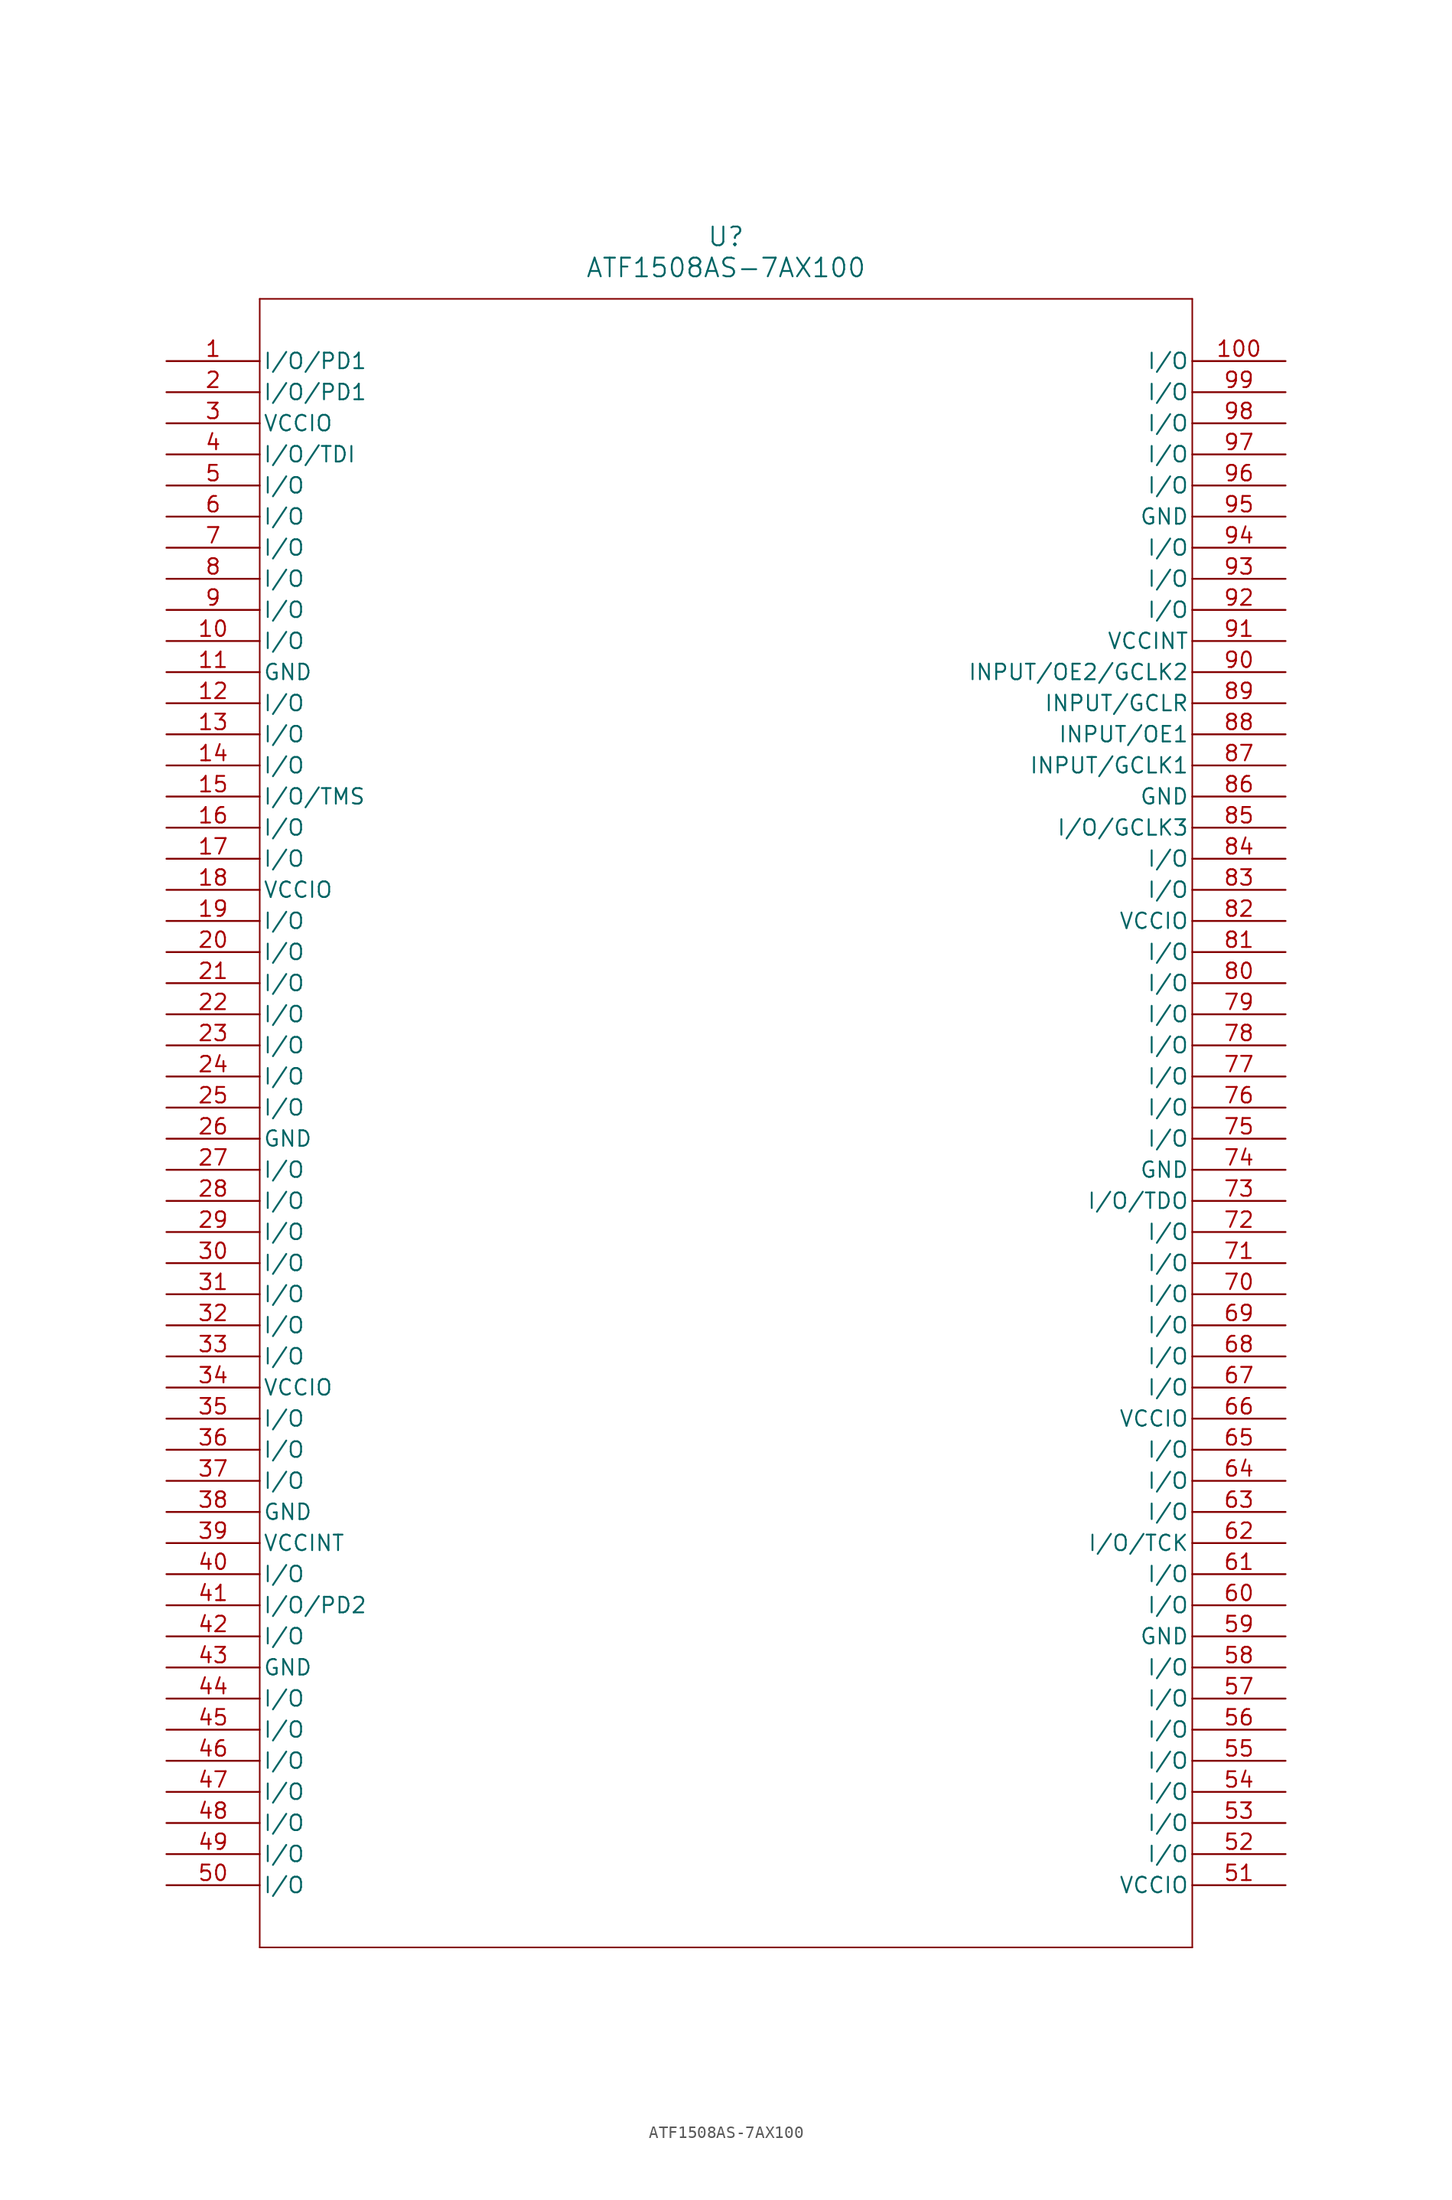
<source format=kicad_sym>
(kicad_symbol_lib
  (version 20211014)
  (generator kicad_symbol_editor)
  (symbol "ATF1508AS-7AX100"
    (pin_names
      (offset 0.254))
    (property "Reference" "U"
      (at 45.72 10.16 0)
      (effects (font (size 1.524 1.524))))
    (property "Value" "ATF1508AS-7AX100"
      (at 45.72 7.62 0)
      (effects (font (size 1.524 1.524))))
    (symbol "ATF1508AS-7AX100_0_1"
      (polyline (pts (xy 7.62 5.08) (xy 7.62 -129.54)) (stroke (width 0.127) (type default) (color 0 0 0 0)) (fill (type none)))
      (polyline (pts (xy 7.62 -129.54) (xy 83.82 -129.54)) (stroke (width 0.127) (type default) (color 0 0 0 0)) (fill (type none)))
      (polyline (pts (xy 83.82 -129.54) (xy 83.82 5.08)) (stroke (width 0.127) (type default) (color 0 0 0 0)) (fill (type none)))
      (polyline (pts (xy 83.82 5.08) (xy 7.62 5.08)) (stroke (width 0.127) (type default) (color 0 0 0 0)) (fill (type none)))
      (pin bidirectional line (at 0 0 0) (length 7.62) (name "I/O/PD1" (effects (font (size 1.27 1.27)))) (number "1" (effects (font (size 1.27 1.27)))))
      (pin bidirectional line (at 0 -2.54 0) (length 7.62) (name "I/O/PD1" (effects (font (size 1.27 1.27)))) (number "2" (effects (font (size 1.27 1.27)))))
      (pin power_in line (at 0 -5.08 0) (length 7.62) (name "VCCIO" (effects (font (size 1.27 1.27)))) (number "3" (effects (font (size 1.27 1.27)))))
      (pin bidirectional line (at 0 -7.62 0) (length 7.62) (name "I/O/TDI" (effects (font (size 1.27 1.27)))) (number "4" (effects (font (size 1.27 1.27)))))
      (pin bidirectional line (at 0 -10.16 0) (length 7.62) (name "I/O" (effects (font (size 1.27 1.27)))) (number "5" (effects (font (size 1.27 1.27)))))
      (pin bidirectional line (at 0 -12.7 0) (length 7.62) (name "I/O" (effects (font (size 1.27 1.27)))) (number "6" (effects (font (size 1.27 1.27)))))
      (pin bidirectional line (at 0 -15.24 0) (length 7.62) (name "I/O" (effects (font (size 1.27 1.27)))) (number "7" (effects (font (size 1.27 1.27)))))
      (pin bidirectional line (at 0 -17.78 0) (length 7.62) (name "I/O" (effects (font (size 1.27 1.27)))) (number "8" (effects (font (size 1.27 1.27)))))
      (pin bidirectional line (at 0 -20.32 0) (length 7.62) (name "I/O" (effects (font (size 1.27 1.27)))) (number "9" (effects (font (size 1.27 1.27)))))
      (pin bidirectional line (at 0 -22.86 0) (length 7.62) (name "I/O" (effects (font (size 1.27 1.27)))) (number "10" (effects (font (size 1.27 1.27)))))
      (pin power_in line (at 0 -25.4 0) (length 7.62) (name "GND" (effects (font (size 1.27 1.27)))) (number "11" (effects (font (size 1.27 1.27)))))
      (pin bidirectional line (at 0 -27.94 0) (length 7.62) (name "I/O" (effects (font (size 1.27 1.27)))) (number "12" (effects (font (size 1.27 1.27)))))
      (pin bidirectional line (at 0 -30.48 0) (length 7.62) (name "I/O" (effects (font (size 1.27 1.27)))) (number "13" (effects (font (size 1.27 1.27)))))
      (pin bidirectional line (at 0 -33.02 0) (length 7.62) (name "I/O" (effects (font (size 1.27 1.27)))) (number "14" (effects (font (size 1.27 1.27)))))
      (pin bidirectional line (at 0 -35.56 0) (length 7.62) (name "I/O/TMS" (effects (font (size 1.27 1.27)))) (number "15" (effects (font (size 1.27 1.27)))))
      (pin bidirectional line (at 0 -38.1 0) (length 7.62) (name "I/O" (effects (font (size 1.27 1.27)))) (number "16" (effects (font (size 1.27 1.27)))))
      (pin bidirectional line (at 0 -40.64 0) (length 7.62) (name "I/O" (effects (font (size 1.27 1.27)))) (number "17" (effects (font (size 1.27 1.27)))))
      (pin power_in line (at 0 -43.18 0) (length 7.62) (name "VCCIO" (effects (font (size 1.27 1.27)))) (number "18" (effects (font (size 1.27 1.27)))))
      (pin bidirectional line (at 0 -45.72 0) (length 7.62) (name "I/O" (effects (font (size 1.27 1.27)))) (number "19" (effects (font (size 1.27 1.27)))))
      (pin bidirectional line (at 0 -48.26 0) (length 7.62) (name "I/O" (effects (font (size 1.27 1.27)))) (number "20" (effects (font (size 1.27 1.27)))))
      (pin bidirectional line (at 0 -50.8 0) (length 7.62) (name "I/O" (effects (font (size 1.27 1.27)))) (number "21" (effects (font (size 1.27 1.27)))))
      (pin bidirectional line (at 0 -53.34 0) (length 7.62) (name "I/O" (effects (font (size 1.27 1.27)))) (number "22" (effects (font (size 1.27 1.27)))))
      (pin bidirectional line (at 0 -55.88 0) (length 7.62) (name "I/O" (effects (font (size 1.27 1.27)))) (number "23" (effects (font (size 1.27 1.27)))))
      (pin bidirectional line (at 0 -58.42 0) (length 7.62) (name "I/O" (effects (font (size 1.27 1.27)))) (number "24" (effects (font (size 1.27 1.27)))))
      (pin bidirectional line (at 0 -60.96 0) (length 7.62) (name "I/O" (effects (font (size 1.27 1.27)))) (number "25" (effects (font (size 1.27 1.27)))))
      (pin power_in line (at 0 -63.5 0) (length 7.62) (name "GND" (effects (font (size 1.27 1.27)))) (number "26" (effects (font (size 1.27 1.27)))))
      (pin bidirectional line (at 0 -66.04 0) (length 7.62) (name "I/O" (effects (font (size 1.27 1.27)))) (number "27" (effects (font (size 1.27 1.27)))))
      (pin bidirectional line (at 0 -68.58 0) (length 7.62) (name "I/O" (effects (font (size 1.27 1.27)))) (number "28" (effects (font (size 1.27 1.27)))))
      (pin bidirectional line (at 0 -71.12 0) (length 7.62) (name "I/O" (effects (font (size 1.27 1.27)))) (number "29" (effects (font (size 1.27 1.27)))))
      (pin bidirectional line (at 0 -73.66 0) (length 7.62) (name "I/O" (effects (font (size 1.27 1.27)))) (number "30" (effects (font (size 1.27 1.27)))))
      (pin bidirectional line (at 0 -76.2 0) (length 7.62) (name "I/O" (effects (font (size 1.27 1.27)))) (number "31" (effects (font (size 1.27 1.27)))))
      (pin bidirectional line (at 0 -78.74 0) (length 7.62) (name "I/O" (effects (font (size 1.27 1.27)))) (number "32" (effects (font (size 1.27 1.27)))))
      (pin bidirectional line (at 0 -81.28 0) (length 7.62) (name "I/O" (effects (font (size 1.27 1.27)))) (number "33" (effects (font (size 1.27 1.27)))))
      (pin power_in line (at 0 -83.82 0) (length 7.62) (name "VCCIO" (effects (font (size 1.27 1.27)))) (number "34" (effects (font (size 1.27 1.27)))))
      (pin bidirectional line (at 0 -86.36 0) (length 7.62) (name "I/O" (effects (font (size 1.27 1.27)))) (number "35" (effects (font (size 1.27 1.27)))))
      (pin bidirectional line (at 0 -88.9 0) (length 7.62) (name "I/O" (effects (font (size 1.27 1.27)))) (number "36" (effects (font (size 1.27 1.27)))))
      (pin bidirectional line (at 0 -91.44 0) (length 7.62) (name "I/O" (effects (font (size 1.27 1.27)))) (number "37" (effects (font (size 1.27 1.27)))))
      (pin power_in line (at 0 -93.98 0) (length 7.62) (name "GND" (effects (font (size 1.27 1.27)))) (number "38" (effects (font (size 1.27 1.27)))))
      (pin power_in line (at 0 -96.52 0) (length 7.62) (name "VCCINT" (effects (font (size 1.27 1.27)))) (number "39" (effects (font (size 1.27 1.27)))))
      (pin bidirectional line (at 0 -99.06 0) (length 7.62) (name "I/O" (effects (font (size 1.27 1.27)))) (number "40" (effects (font (size 1.27 1.27)))))
      (pin bidirectional line (at 0 -101.6 0) (length 7.62) (name "I/O/PD2" (effects (font (size 1.27 1.27)))) (number "41" (effects (font (size 1.27 1.27)))))
      (pin bidirectional line (at 0 -104.14 0) (length 7.62) (name "I/O" (effects (font (size 1.27 1.27)))) (number "42" (effects (font (size 1.27 1.27)))))
      (pin power_in line (at 0 -106.68 0) (length 7.62) (name "GND" (effects (font (size 1.27 1.27)))) (number "43" (effects (font (size 1.27 1.27)))))
      (pin bidirectional line (at 0 -109.22 0) (length 7.62) (name "I/O" (effects (font (size 1.27 1.27)))) (number "44" (effects (font (size 1.27 1.27)))))
      (pin bidirectional line (at 0 -111.76 0) (length 7.62) (name "I/O" (effects (font (size 1.27 1.27)))) (number "45" (effects (font (size 1.27 1.27)))))
      (pin bidirectional line (at 0 -114.3 0) (length 7.62) (name "I/O" (effects (font (size 1.27 1.27)))) (number "46" (effects (font (size 1.27 1.27)))))
      (pin bidirectional line (at 0 -116.84 0) (length 7.62) (name "I/O" (effects (font (size 1.27 1.27)))) (number "47" (effects (font (size 1.27 1.27)))))
      (pin bidirectional line (at 0 -119.38 0) (length 7.62) (name "I/O" (effects (font (size 1.27 1.27)))) (number "48" (effects (font (size 1.27 1.27)))))
      (pin bidirectional line (at 0 -121.92 0) (length 7.62) (name "I/O" (effects (font (size 1.27 1.27)))) (number "49" (effects (font (size 1.27 1.27)))))
      (pin bidirectional line (at 0 -124.46 0) (length 7.62) (name "I/O" (effects (font (size 1.27 1.27)))) (number "50" (effects (font (size 1.27 1.27)))))
      (pin power_in line (at 91.44 -124.46 180) (length 7.62) (name "VCCIO" (effects (font (size 1.27 1.27)))) (number "51" (effects (font (size 1.27 1.27)))))
      (pin bidirectional line (at 91.44 -121.92 180) (length 7.62) (name "I/O" (effects (font (size 1.27 1.27)))) (number "52" (effects (font (size 1.27 1.27)))))
      (pin bidirectional line (at 91.44 -119.38 180) (length 7.62) (name "I/O" (effects (font (size 1.27 1.27)))) (number "53" (effects (font (size 1.27 1.27)))))
      (pin bidirectional line (at 91.44 -116.84 180) (length 7.62) (name "I/O" (effects (font (size 1.27 1.27)))) (number "54" (effects (font (size 1.27 1.27)))))
      (pin bidirectional line (at 91.44 -114.3 180) (length 7.62) (name "I/O" (effects (font (size 1.27 1.27)))) (number "55" (effects (font (size 1.27 1.27)))))
      (pin bidirectional line (at 91.44 -111.76 180) (length 7.62) (name "I/O" (effects (font (size 1.27 1.27)))) (number "56" (effects (font (size 1.27 1.27)))))
      (pin bidirectional line (at 91.44 -109.22 180) (length 7.62) (name "I/O" (effects (font (size 1.27 1.27)))) (number "57" (effects (font (size 1.27 1.27)))))
      (pin bidirectional line (at 91.44 -106.68 180) (length 7.62) (name "I/O" (effects (font (size 1.27 1.27)))) (number "58" (effects (font (size 1.27 1.27)))))
      (pin power_in line (at 91.44 -104.14 180) (length 7.62) (name "GND" (effects (font (size 1.27 1.27)))) (number "59" (effects (font (size 1.27 1.27)))))
      (pin bidirectional line (at 91.44 -101.6 180) (length 7.62) (name "I/O" (effects (font (size 1.27 1.27)))) (number "60" (effects (font (size 1.27 1.27)))))
      (pin bidirectional line (at 91.44 -99.06 180) (length 7.62) (name "I/O" (effects (font (size 1.27 1.27)))) (number "61" (effects (font (size 1.27 1.27)))))
      (pin bidirectional line (at 91.44 -96.52 180) (length 7.62) (name "I/O/TCK" (effects (font (size 1.27 1.27)))) (number "62" (effects (font (size 1.27 1.27)))))
      (pin bidirectional line (at 91.44 -93.98 180) (length 7.62) (name "I/O" (effects (font (size 1.27 1.27)))) (number "63" (effects (font (size 1.27 1.27)))))
      (pin bidirectional line (at 91.44 -91.44 180) (length 7.62) (name "I/O" (effects (font (size 1.27 1.27)))) (number "64" (effects (font (size 1.27 1.27)))))
      (pin bidirectional line (at 91.44 -88.9 180) (length 7.62) (name "I/O" (effects (font (size 1.27 1.27)))) (number "65" (effects (font (size 1.27 1.27)))))
      (pin power_in line (at 91.44 -86.36 180) (length 7.62) (name "VCCIO" (effects (font (size 1.27 1.27)))) (number "66" (effects (font (size 1.27 1.27)))))
      (pin bidirectional line (at 91.44 -83.82 180) (length 7.62) (name "I/O" (effects (font (size 1.27 1.27)))) (number "67" (effects (font (size 1.27 1.27)))))
      (pin bidirectional line (at 91.44 -81.28 180) (length 7.62) (name "I/O" (effects (font (size 1.27 1.27)))) (number "68" (effects (font (size 1.27 1.27)))))
      (pin bidirectional line (at 91.44 -78.74 180) (length 7.62) (name "I/O" (effects (font (size 1.27 1.27)))) (number "69" (effects (font (size 1.27 1.27)))))
      (pin bidirectional line (at 91.44 -76.2 180) (length 7.62) (name "I/O" (effects (font (size 1.27 1.27)))) (number "70" (effects (font (size 1.27 1.27)))))
      (pin bidirectional line (at 91.44 -73.66 180) (length 7.62) (name "I/O" (effects (font (size 1.27 1.27)))) (number "71" (effects (font (size 1.27 1.27)))))
      (pin bidirectional line (at 91.44 -71.12 180) (length 7.62) (name "I/O" (effects (font (size 1.27 1.27)))) (number "72" (effects (font (size 1.27 1.27)))))
      (pin bidirectional line (at 91.44 -68.58 180) (length 7.62) (name "I/O/TDO" (effects (font (size 1.27 1.27)))) (number "73" (effects (font (size 1.27 1.27)))))
      (pin power_in line (at 91.44 -66.04 180) (length 7.62) (name "GND" (effects (font (size 1.27 1.27)))) (number "74" (effects (font (size 1.27 1.27)))))
      (pin bidirectional line (at 91.44 -63.5 180) (length 7.62) (name "I/O" (effects (font (size 1.27 1.27)))) (number "75" (effects (font (size 1.27 1.27)))))
      (pin bidirectional line (at 91.44 -60.96 180) (length 7.62) (name "I/O" (effects (font (size 1.27 1.27)))) (number "76" (effects (font (size 1.27 1.27)))))
      (pin bidirectional line (at 91.44 -58.42 180) (length 7.62) (name "I/O" (effects (font (size 1.27 1.27)))) (number "77" (effects (font (size 1.27 1.27)))))
      (pin bidirectional line (at 91.44 -55.88 180) (length 7.62) (name "I/O" (effects (font (size 1.27 1.27)))) (number "78" (effects (font (size 1.27 1.27)))))
      (pin bidirectional line (at 91.44 -53.34 180) (length 7.62) (name "I/O" (effects (font (size 1.27 1.27)))) (number "79" (effects (font (size 1.27 1.27)))))
      (pin bidirectional line (at 91.44 -50.8 180) (length 7.62) (name "I/O" (effects (font (size 1.27 1.27)))) (number "80" (effects (font (size 1.27 1.27)))))
      (pin bidirectional line (at 91.44 -48.26 180) (length 7.62) (name "I/O" (effects (font (size 1.27 1.27)))) (number "81" (effects (font (size 1.27 1.27)))))
      (pin power_in line (at 91.44 -45.72 180) (length 7.62) (name "VCCIO" (effects (font (size 1.27 1.27)))) (number "82" (effects (font (size 1.27 1.27)))))
      (pin bidirectional line (at 91.44 -43.18 180) (length 7.62) (name "I/O" (effects (font (size 1.27 1.27)))) (number "83" (effects (font (size 1.27 1.27)))))
      (pin bidirectional line (at 91.44 -40.64 180) (length 7.62) (name "I/O" (effects (font (size 1.27 1.27)))) (number "84" (effects (font (size 1.27 1.27)))))
      (pin bidirectional line (at 91.44 -38.1 180) (length 7.62) (name "I/O/GCLK3" (effects (font (size 1.27 1.27)))) (number "85" (effects (font (size 1.27 1.27)))))
      (pin power_in line (at 91.44 -35.56 180) (length 7.62) (name "GND" (effects (font (size 1.27 1.27)))) (number "86" (effects (font (size 1.27 1.27)))))
      (pin bidirectional line (at 91.44 -33.02 180) (length 7.62) (name "INPUT/GCLK1" (effects (font (size 1.27 1.27)))) (number "87" (effects (font (size 1.27 1.27)))))
      (pin bidirectional line (at 91.44 -30.48 180) (length 7.62) (name "INPUT/OE1" (effects (font (size 1.27 1.27)))) (number "88" (effects (font (size 1.27 1.27)))))
      (pin bidirectional line (at 91.44 -27.94 180) (length 7.62) (name "INPUT/GCLR" (effects (font (size 1.27 1.27)))) (number "89" (effects (font (size 1.27 1.27)))))
      (pin bidirectional line (at 91.44 -25.4 180) (length 7.62) (name "INPUT/OE2/GCLK2" (effects (font (size 1.27 1.27)))) (number "90" (effects (font (size 1.27 1.27)))))
      (pin power_in line (at 91.44 -22.86 180) (length 7.62) (name "VCCINT" (effects (font (size 1.27 1.27)))) (number "91" (effects (font (size 1.27 1.27)))))
      (pin bidirectional line (at 91.44 -20.32 180) (length 7.62) (name "I/O" (effects (font (size 1.27 1.27)))) (number "92" (effects (font (size 1.27 1.27)))))
      (pin bidirectional line (at 91.44 -17.78 180) (length 7.62) (name "I/O" (effects (font (size 1.27 1.27)))) (number "93" (effects (font (size 1.27 1.27)))))
      (pin bidirectional line (at 91.44 -15.24 180) (length 7.62) (name "I/O" (effects (font (size 1.27 1.27)))) (number "94" (effects (font (size 1.27 1.27)))))
      (pin power_in line (at 91.44 -12.7 180) (length 7.62) (name "GND" (effects (font (size 1.27 1.27)))) (number "95" (effects (font (size 1.27 1.27)))))
      (pin bidirectional line (at 91.44 -10.16 180) (length 7.62) (name "I/O" (effects (font (size 1.27 1.27)))) (number "96" (effects (font (size 1.27 1.27)))))
      (pin bidirectional line (at 91.44 -7.62 180) (length 7.62) (name "I/O" (effects (font (size 1.27 1.27)))) (number "97" (effects (font (size 1.27 1.27)))))
      (pin bidirectional line (at 91.44 -5.08 180) (length 7.62) (name "I/O" (effects (font (size 1.27 1.27)))) (number "98" (effects (font (size 1.27 1.27)))))
      (pin bidirectional line (at 91.44 -2.54 180) (length 7.62) (name "I/O" (effects (font (size 1.27 1.27)))) (number "99" (effects (font (size 1.27 1.27)))))
      (pin bidirectional line (at 91.44 0 180) (length 7.62) (name "I/O" (effects (font (size 1.27 1.27)))) (number "100" (effects (font (size 1.27 1.27))))))))
</source>
